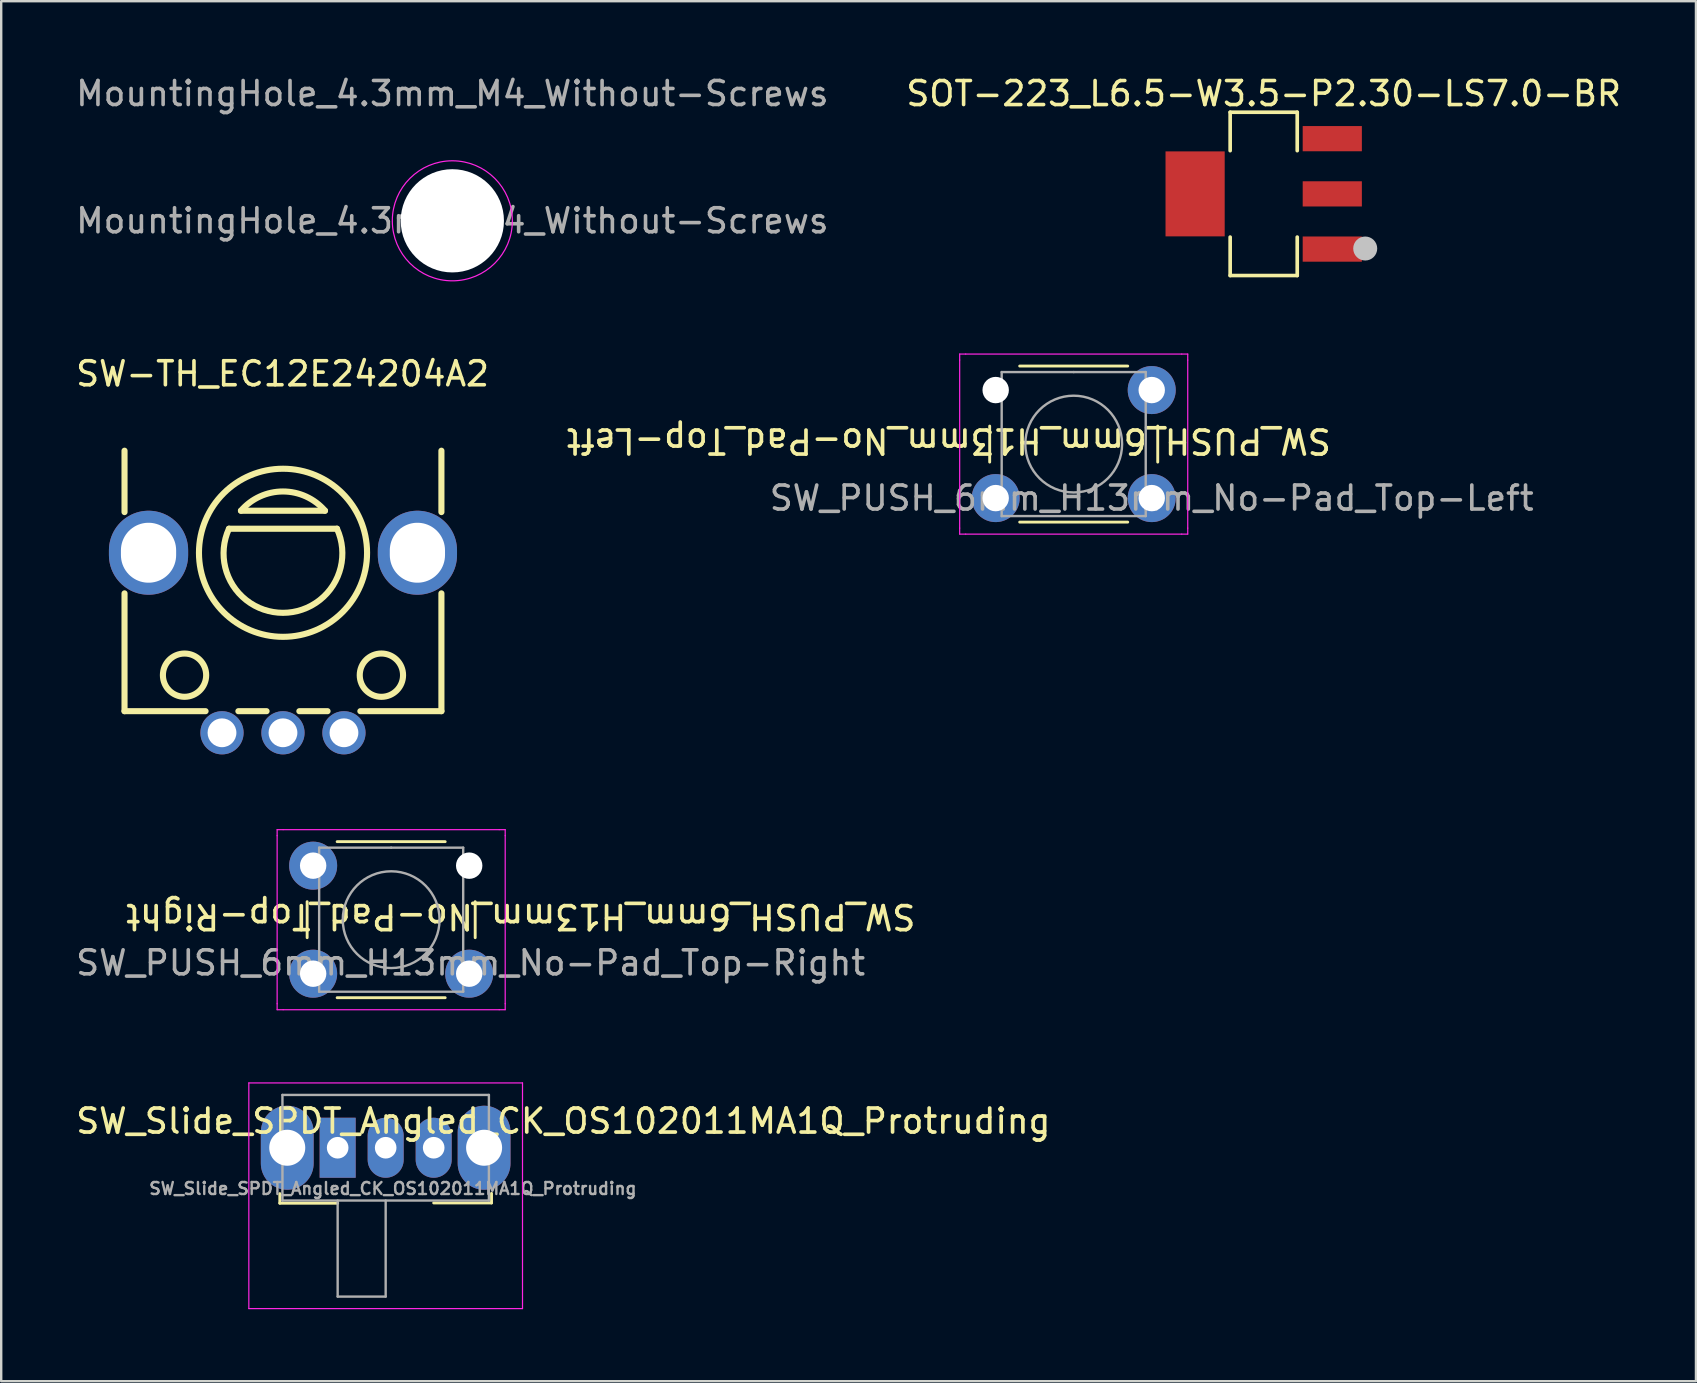
<source format=kicad_pcb>
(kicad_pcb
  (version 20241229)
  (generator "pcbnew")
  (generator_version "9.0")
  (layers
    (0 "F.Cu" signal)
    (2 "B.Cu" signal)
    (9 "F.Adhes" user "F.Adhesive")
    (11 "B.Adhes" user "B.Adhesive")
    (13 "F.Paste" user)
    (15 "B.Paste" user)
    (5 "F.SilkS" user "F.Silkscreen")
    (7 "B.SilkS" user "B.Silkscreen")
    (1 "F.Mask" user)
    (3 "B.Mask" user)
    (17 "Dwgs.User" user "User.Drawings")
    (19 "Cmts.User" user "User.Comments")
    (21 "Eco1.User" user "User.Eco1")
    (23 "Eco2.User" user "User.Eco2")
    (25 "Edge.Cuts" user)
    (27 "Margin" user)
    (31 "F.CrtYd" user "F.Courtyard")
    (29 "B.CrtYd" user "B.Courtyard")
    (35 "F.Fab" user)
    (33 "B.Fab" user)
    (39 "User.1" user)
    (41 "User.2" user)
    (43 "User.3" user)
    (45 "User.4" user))
  (footprint "SOT-223_L6.5-W3.5-P2.30-LS7.0-BR"
    (layer "F.Cu")
    (at 49.589 5.026)
    (property "Reference" "SOT-223_L6.5-W3.5-P2.30-LS7.0-BR" (at 0 -4.177 0) (layer "F.SilkS") (effects (font (size 1 1) (thickness 0.15))))
    (fp_line (start -1.397 -3.401) (end 1.397 -3.401) (stroke (width 0.152) (type default)) (layer "F.SilkS"))
    (fp_line (start -1.397 -1.8) (end -1.397 -3.401) (stroke (width 0.152) (type default)) (layer "F.SilkS"))
    (fp_line (start -1.397 1.8) (end -1.397 3.401) (stroke (width 0.152) (type default)) (layer "F.SilkS"))
    (fp_line (start 1.397 -1.8) (end 1.397 -3.401) (stroke (width 0.152) (type default)) (layer "F.SilkS"))
    (fp_line (start 1.397 1.8) (end 1.397 3.401) (stroke (width 0.152) (type default)) (layer "F.SilkS"))
    (fp_line (start 1.397 3.401) (end -1.397 3.401) (stroke (width 0.152) (type default)) (layer "F.SilkS"))
    (fp_circle (center 4.229 2.276) (end 4.479 2.276) (stroke (width 0.5) (type default)) (fill no) (layer "Dwgs.User"))
    (fp_poly (pts (xy -3.5 1.5) (xy -3.5 -1.5) (xy -2.2 -1.5) (xy -2.2 1.5)) (stroke (width 0.1) (type default)) (fill no) (layer "User.1"))
    (fp_poly (pts (xy -2.21 1.5) (xy -2.21 -1.5) (xy -1.74 -1.5) (xy -1.74 1.5)) (stroke (width 0.1) (type default)) (fill no) (layer "User.1"))
    (fp_poly (pts (xy 1.74 -1.95) (xy 1.74 -2.65) (xy 2.86 -2.65) (xy 2.86 -1.95)) (stroke (width 0.1) (type default)) (fill no) (layer "User.1"))
    (fp_poly (pts (xy 1.74 0.35) (xy 1.74 -0.35) (xy 2.86 -0.35) (xy 2.86 0.35)) (stroke (width 0.1) (type default)) (fill no) (layer "User.1"))
    (fp_poly (pts (xy 1.74 2.65) (xy 1.74 1.95) (xy 2.86 1.95) (xy 2.86 2.65)) (stroke (width 0.1) (type default)) (fill no) (layer "User.1"))
    (fp_poly (pts (xy 2.85 -1.95) (xy 2.85 -2.65) (xy 3.5 -2.65) (xy 3.5 -1.95)) (stroke (width 0.1) (type default)) (fill no) (layer "User.1"))
    (fp_poly (pts (xy 2.85 0.35) (xy 2.85 -0.35) (xy 3.5 -0.35) (xy 3.5 0.35)) (stroke (width 0.1) (type default)) (fill no) (layer "User.1"))
    (fp_poly (pts (xy 2.85 2.65) (xy 2.85 1.95) (xy 3.5 1.95) (xy 3.5 2.65)) (stroke (width 0.1) (type default)) (fill no) (layer "User.1"))
    (fp_line (start -1.75 -3.25) (end 1.75 -3.25) (stroke (width 0.051) (type default)) (layer "User.2"))
    (fp_line (start -1.75 3.25) (end -1.75 -3.25) (stroke (width 0.051) (type default)) (layer "User.2"))
    (fp_line (start 1.75 -3.25) (end 1.75 3.25) (stroke (width 0.051) (type default)) (layer "User.2"))
    (fp_line (start 1.75 3.25) (end -1.75 3.25) (stroke (width 0.051) (type default)) (layer "User.2"))
    (fp_poly (pts (xy 3.56 3.25) (xy 3.542 3.208) (xy 3.5 3.19) (xy 3.458 3.208) (xy 3.44 3.25) (xy 3.458 3.292) (xy 3.5 3.31) (xy 3.542 3.292)) (stroke (width 0.1) (type default)) (fill no) (layer "User.3"))
    (pad "1" smd rect (at 2.857 2.3) (size 2.465 1.05) (layers "F.Cu" "F.Mask" "F.Paste"))
    (pad "2" smd rect (at -2.857 0) (size 2.465 3.54) (layers "F.Cu" "F.Mask" "F.Paste"))
    (pad "2" smd rect (at 2.857 0) (size 2.465 1.05) (layers "F.Cu" "F.Mask" "F.Paste"))
    (pad "3" smd rect (at 2.857 -2.3) (size 2.465 1.05) (layers "F.Cu" "F.Mask" "F.Paste")))
  (footprint "SW_Slide_SPDT_Angled_CK_OS102011MA1Q_Protruding"
    (layer "F.Cu")
    (at 13.015 44.759)
    (property "Reference" "SW_Slide_SPDT_Angled_CK_OS102011MA1Q_Protruding" (at 7.4 -1.11 0) (unlocked yes) (layer "F.SilkS") (effects (font (size 1 1) (thickness 0.153))))
    (attr through_hole exclude_from_bom)
    (fp_line (start -4.41 2.31) (end -4.41 1.91) (stroke (width 0.12) (type solid)) (layer "F.SilkS"))
    (fp_line (start -2 2.31) (end -4.41 2.31) (stroke (width 0.12) (type solid)) (layer "F.SilkS"))
    (fp_line (start 2 2.3) (end 4.41 2.3) (stroke (width 0.12) (type solid)) (layer "F.SilkS"))
    (fp_line (start 4.41 2.3) (end 4.41 1.9) (stroke (width 0.12) (type solid)) (layer "F.SilkS"))
    (fp_line (start -5.7 6.7) (end -5.7 -2.7) (stroke (width 0.05) (type solid)) (layer "F.CrtYd"))
    (fp_line (start -5.7 -2.7) (end 5.7 -2.7) (stroke (width 0.05) (type solid)) (layer "F.CrtYd"))
    (fp_line (start 5.7 -2.7) (end 5.7 6.7) (stroke (width 0.05) (type solid)) (layer "F.CrtYd"))
    (fp_line (start 5.7 6.7) (end -5.7 6.7) (stroke (width 0.05) (type solid)) (layer "F.CrtYd"))
    (fp_line (start -4.3 -2.2) (end -4.3 2.2) (stroke (width 0.1) (type solid)) (layer "F.Fab"))
    (fp_line (start -4.3 -2.2) (end 4.3 -2.2) (stroke (width 0.1) (type solid)) (layer "F.Fab"))
    (fp_line (start -4.3 2.2) (end 4.3 2.2) (stroke (width 0.1) (type solid)) (layer "F.Fab"))
    (fp_line (start -2 6.2) (end -2 2.2) (stroke (width 0.1) (type solid)) (layer "F.Fab"))
    (fp_line (start 0 6.2) (end -2 6.2) (stroke (width 0.1) (type solid)) (layer "F.Fab"))
    (fp_line (start 0.000001 2.2) (end 0 6.2) (stroke (width 0.1) (type solid)) (layer "F.Fab"))
    (fp_line (start 4.3 2.2) (end 4.3 -2.2) (stroke (width 0.1) (type solid)) (layer "F.Fab"))
    (fp_text user "${REFERENCE}" (at 0.3 1.7 180) (layer "F.Fab") (effects (font (size 0.5 0.5) (thickness 0.1))))
    (pad "" thru_hole oval (at -4.1 -0.000001) (size 2.2 3.5) (drill 1.5) (layers "*.Cu" "*.Mask"))
    (pad "" thru_hole oval (at 4.1 0.000001) (size 2.2 3.5) (drill 1.5) (layers "*.Cu" "*.Mask"))
    (pad "1" thru_hole rect (at -2 0) (size 1.5 2.5) (drill 0.9) (layers "*.Cu" "*.Mask"))
    (pad "2" thru_hole oval (at 0 0) (size 1.5 2.5) (drill 0.9) (layers "*.Cu" "*.Mask"))
    (pad "3" thru_hole oval (at 2 0) (size 1.5 2.5) (drill 0.9) (layers "*.Cu" "*.Mask")))
  (footprint "MountingHole_4.3mm_M4_Without-Screws"
    (layer "F.Cu")
    (at 15.792 6.148)
    (property "Reference" "MountingHole_4.3mm_M4_Without-Screws" (at 0 -5.3 0) (layer "F.Fab") (effects (font (size 1 1) (thickness 0.15))))
    (attr exclude_from_pos_files exclude_from_bom)
    (fp_circle (center 0 0) (end 2.5 0) (stroke (width 0.05) (type solid)) (fill no) (layer "F.CrtYd"))
    (fp_text user "${REFERENCE}" (at 0 0 0) (layer "F.Fab") (effects (font (size 1 1) (thickness 0.15))))
    (pad "" np_thru_hole circle (at 0 0) (size 4.3 4.3) (drill 4.3) (layers "*.Cu" "*.Mask")))
  (footprint "SW_PUSH_6mm_H13mm_No-Pad_Top-Left"
    (layer "F.Cu")
    (at 41.675 15.448)
    (property "Reference" "SW_PUSH_6mm_H13mm_No-Pad_Top-Left" (at -5.2 -0.13 180) (unlocked yes) (layer "F.SilkS") (effects (font (size 1 1) (thickness 0.153))))
    (attr through_hole exclude_from_bom)
    (fp_line (start -3.5 -0.75) (end -3.5 0.75) (stroke (width 0.12) (type solid)) (layer "F.SilkS"))
    (fp_line (start -2.25 3.25) (end 2.25 3.25) (stroke (width 0.12) (type solid)) (layer "F.SilkS"))
    (fp_line (start 2.25 -3.25) (end -2.25 -3.25) (stroke (width 0.12) (type solid)) (layer "F.SilkS"))
    (fp_line (start 3.5 0.75) (end 3.5 -0.75) (stroke (width 0.12) (type solid)) (layer "F.SilkS"))
    (fp_line (start -4.75 -3.75) (end -4.5 -3.75) (stroke (width 0.05) (type solid)) (layer "F.CrtYd"))
    (fp_line (start -4.75 -3.5) (end -4.75 -3.75) (stroke (width 0.05) (type solid)) (layer "F.CrtYd"))
    (fp_line (start -4.75 3.5) (end -4.75 -3.5) (stroke (width 0.05) (type solid)) (layer "F.CrtYd"))
    (fp_line (start -4.75 3.5) (end -4.75 3.75) (stroke (width 0.05) (type solid)) (layer "F.CrtYd"))
    (fp_line (start -4.75 3.75) (end -4.5 3.75) (stroke (width 0.05) (type solid)) (layer "F.CrtYd"))
    (fp_line (start -4.5 -3.75) (end 4.5 -3.75) (stroke (width 0.05) (type solid)) (layer "F.CrtYd"))
    (fp_line (start 4.5 -3.75) (end 4.75 -3.75) (stroke (width 0.05) (type solid)) (layer "F.CrtYd"))
    (fp_line (start 4.5 3.75) (end -4.5 3.75) (stroke (width 0.05) (type solid)) (layer "F.CrtYd"))
    (fp_line (start 4.5 3.75) (end 4.75 3.75) (stroke (width 0.05) (type solid)) (layer "F.CrtYd"))
    (fp_line (start 4.75 -3.75) (end 4.75 -3.5) (stroke (width 0.05) (type solid)) (layer "F.CrtYd"))
    (fp_line (start 4.75 -3.5) (end 4.75 3.5) (stroke (width 0.05) (type solid)) (layer "F.CrtYd"))
    (fp_line (start 4.75 3.75) (end 4.75 3.5) (stroke (width 0.05) (type solid)) (layer "F.CrtYd"))
    (fp_line (start -3 -3) (end 0 -3) (stroke (width 0.1) (type solid)) (layer "F.Fab"))
    (fp_line (start -3 3) (end -3 -3) (stroke (width 0.1) (type solid)) (layer "F.Fab"))
    (fp_line (start 0 -3) (end 3 -3) (stroke (width 0.1) (type solid)) (layer "F.Fab"))
    (fp_line (start 3 -3) (end 3 3) (stroke (width 0.1) (type solid)) (layer "F.Fab"))
    (fp_line (start 3 3) (end -3 3) (stroke (width 0.1) (type solid)) (layer "F.Fab"))
    (fp_circle (center 0 0) (end -2 0.25) (stroke (width 0.1) (type solid)) (fill no) (layer "F.Fab"))
    (fp_text user "${REFERENCE}" (at 3.25 2.25 180) (layer "F.Fab") (effects (font (size 1 1) (thickness 0.15))))
    (pad "" np_thru_hole circle (at -3.25 -2.25 90) (size 1.1 1.1) (drill 1.1) (layers "*.Cu" "*.Mask"))
    (pad "1" thru_hole circle (at 3.25 -2.25 90) (size 2 2) (drill 1.1) (layers "*.Cu" "*.Mask"))
    (pad "2" thru_hole circle (at -3.25 2.25 90) (size 2 2) (drill 1.1) (layers "*.Cu" "*.Mask"))
    (pad "2" thru_hole circle (at 3.25 2.25 90) (size 2 2) (drill 1.1) (layers "*.Cu" "*.Mask")))
  (footprint "SW_PUSH_6mm_H13mm_No-Pad_Top-Right"
    (layer "F.Cu")
    (at 13.244 35.259)
    (property "Reference" "SW_PUSH_6mm_H13mm_No-Pad_Top-Right" (at 5.4 -0.13 180) (unlocked yes) (layer "F.SilkS") (effects (font (size 1 1) (thickness 0.153))))
    (attr through_hole exclude_from_bom)
    (fp_line (start -3.5 -0.75) (end -3.5 0.75) (stroke (width 0.12) (type solid)) (layer "F.SilkS"))
    (fp_line (start -2.25 3.25) (end 2.25 3.25) (stroke (width 0.12) (type solid)) (layer "F.SilkS"))
    (fp_line (start 2.25 -3.25) (end -2.25 -3.25) (stroke (width 0.12) (type solid)) (layer "F.SilkS"))
    (fp_line (start 3.5 0.75) (end 3.5 -0.75) (stroke (width 0.12) (type solid)) (layer "F.SilkS"))
    (fp_line (start -4.75 -3.75) (end -4.5 -3.75) (stroke (width 0.05) (type solid)) (layer "F.CrtYd"))
    (fp_line (start -4.75 -3.5) (end -4.75 -3.75) (stroke (width 0.05) (type solid)) (layer "F.CrtYd"))
    (fp_line (start -4.75 3.5) (end -4.75 -3.5) (stroke (width 0.05) (type solid)) (layer "F.CrtYd"))
    (fp_line (start -4.75 3.5) (end -4.75 3.75) (stroke (width 0.05) (type solid)) (layer "F.CrtYd"))
    (fp_line (start -4.75 3.75) (end -4.5 3.75) (stroke (width 0.05) (type solid)) (layer "F.CrtYd"))
    (fp_line (start -4.5 -3.75) (end 4.5 -3.75) (stroke (width 0.05) (type solid)) (layer "F.CrtYd"))
    (fp_line (start 4.5 -3.75) (end 4.75 -3.75) (stroke (width 0.05) (type solid)) (layer "F.CrtYd"))
    (fp_line (start 4.5 3.75) (end -4.5 3.75) (stroke (width 0.05) (type solid)) (layer "F.CrtYd"))
    (fp_line (start 4.5 3.75) (end 4.75 3.75) (stroke (width 0.05) (type solid)) (layer "F.CrtYd"))
    (fp_line (start 4.75 -3.75) (end 4.75 -3.5) (stroke (width 0.05) (type solid)) (layer "F.CrtYd"))
    (fp_line (start 4.75 -3.5) (end 4.75 3.5) (stroke (width 0.05) (type solid)) (layer "F.CrtYd"))
    (fp_line (start 4.75 3.75) (end 4.75 3.5) (stroke (width 0.05) (type solid)) (layer "F.CrtYd"))
    (fp_line (start -3 -3) (end 0 -3) (stroke (width 0.1) (type solid)) (layer "F.Fab"))
    (fp_line (start -3 3) (end -3 -3) (stroke (width 0.1) (type solid)) (layer "F.Fab"))
    (fp_line (start 0 -3) (end 3 -3) (stroke (width 0.1) (type solid)) (layer "F.Fab"))
    (fp_line (start 3 -3) (end 3 3) (stroke (width 0.1) (type solid)) (layer "F.Fab"))
    (fp_line (start 3 3) (end -3 3) (stroke (width 0.1) (type solid)) (layer "F.Fab"))
    (fp_circle (center 0 0) (end -2 0.25) (stroke (width 0.1) (type solid)) (fill no) (layer "F.Fab"))
    (fp_text user "${REFERENCE}" (at 3.31 1.8 180) (layer "F.Fab") (effects (font (size 1 1) (thickness 0.15))))
    (pad "" np_thru_hole circle (at 3.25 -2.25 90) (size 1.1 1.1) (drill 1.1) (layers "*.Cu" "*.Mask"))
    (pad "1" thru_hole circle (at -3.25 -2.25 90) (size 2 2) (drill 1.1) (layers "*.Cu" "*.Mask"))
    (pad "2" thru_hole circle (at -3.25 2.25 90) (size 2 2) (drill 1.1) (layers "*.Cu" "*.Mask"))
    (pad "2" thru_hole circle (at 3.25 2.25 90) (size 2 2) (drill 1.1) (layers "*.Cu" "*.Mask")))
  (footprint "SW-TH_EC12E24204A2"
    (layer "F.Cu")
    (at 8.737 23.724)
    (property "Reference" "SW-TH_EC12E24204A2" (at -0.017 -11.203 0) (layer "F.SilkS") (effects (font (size 1 1) (thickness 0.15))))
    (fp_line (start -6.6 -5.443) (end -6.6 -8) (stroke (width 0.254) (type default)) (layer "F.SilkS"))
    (fp_line (start -6.6 2.85) (end -6.6 -2.057) (stroke (width 0.254) (type default)) (layer "F.SilkS"))
    (fp_line (start -3.224 2.85) (end -6.6 2.85) (stroke (width 0.254) (type default)) (layer "F.SilkS"))
    (fp_line (start -2.25 -4.75) (end 2.25 -4.75) (stroke (width 0.254) (type default)) (layer "F.SilkS"))
    (fp_line (start -1.75 -5.5) (end 1.75 -5.5) (stroke (width 0.254) (type default)) (layer "F.SilkS"))
    (fp_line (start -0.683 2.85) (end -1.857 2.85) (stroke (width 0.254) (type default)) (layer "F.SilkS"))
    (fp_line (start 1.857 2.85) (end 0.683 2.85) (stroke (width 0.254) (type default)) (layer "F.SilkS"))
    (fp_line (start 6.6 -8) (end 6.6 -5.443) (stroke (width 0.254) (type default)) (layer "F.SilkS"))
    (fp_line (start 6.6 -2.057) (end 6.6 2.85) (stroke (width 0.254) (type default)) (layer "F.SilkS"))
    (fp_line (start 6.6 2.85) (end 3.224 2.85) (stroke (width 0.254) (type default)) (layer "F.SilkS"))
    (fp_arc (start -1.75 -5.5) (mid 0 -6.301753) (end 1.75 -5.5) (stroke (width 0.254) (type default)) (layer "F.SilkS"))
    (fp_arc (start 2.25 -4.75) (mid 0 -1.246866) (end -2.25 -4.75) (stroke (width 0.254) (type default)) (layer "F.SilkS"))
    (fp_circle (center -4.1 1.35) (end -3.199 1.35) (stroke (width 0.254) (type default)) (fill no) (layer "F.SilkS"))
    (fp_circle (center 0.002 -3.748) (end 3.503 -3.748) (stroke (width 0.254) (type default)) (fill no) (layer "F.SilkS"))
    (fp_circle (center 4.1 1.35) (end 5.002 1.35) (stroke (width 0.254) (type default)) (fill no) (layer "F.SilkS"))
    (fp_poly (pts (xy -6.52 -3.651) (xy -6.52 -3.849) (xy -4.68 -3.849) (xy -4.68 -3.651)) (stroke (width 0.1) (type default)) (fill no) (layer "User.1"))
    (fp_poly (pts (xy 4.68 -3.651) (xy 4.68 -3.849) (xy 6.52 -3.849) (xy 6.52 -3.651)) (stroke (width 0.1) (type default)) (fill no) (layer "User.1"))
    (fp_poly (pts (xy -2.04 3.75) (xy -2.06 3.609) (xy -2.119 3.48) (xy -2.213 3.372) (xy -2.332 3.295) (xy -2.469 3.255) (xy -2.611 3.255) (xy -2.748 3.295) (xy -2.867 3.372) (xy -2.961 3.48) (xy -3.02 3.609) (xy -3.04 3.75) (xy -3.02 3.891) (xy -2.961 4.02) (xy -2.867 4.128) (xy -2.748 4.205) (xy -2.611 4.245) (xy -2.469 4.245) (xy -2.332 4.205) (xy -2.213 4.128) (xy -2.119 4.02) (xy -2.06 3.891)) (stroke (width 0.1) (type default)) (fill no) (layer "User.1"))
    (fp_poly (pts (xy 0.5 3.75) (xy 0.48 3.609) (xy 0.421 3.48) (xy 0.327 3.372) (xy 0.208 3.295) (xy 0.071 3.255) (xy -0.071 3.255) (xy -0.208 3.295) (xy -0.327 3.372) (xy -0.421 3.48) (xy -0.48 3.609) (xy -0.5 3.75) (xy -0.48 3.891) (xy -0.421 4.02) (xy -0.327 4.128) (xy -0.208 4.205) (xy -0.071 4.245) (xy 0.071 4.245) (xy 0.208 4.205) (xy 0.327 4.128) (xy 0.421 4.02) (xy 0.48 3.891)) (stroke (width 0.1) (type default)) (fill no) (layer "User.1"))
    (fp_poly (pts (xy 3.04 3.75) (xy 3.02 3.609) (xy 2.961 3.48) (xy 2.867 3.372) (xy 2.748 3.295) (xy 2.611 3.255) (xy 2.469 3.255) (xy 2.332 3.295) (xy 2.213 3.372) (xy 2.119 3.48) (xy 2.06 3.609) (xy 2.04 3.75) (xy 2.06 3.891) (xy 2.119 4.02) (xy 2.213 4.128) (xy 2.332 4.205) (xy 2.469 4.245) (xy 2.611 4.245) (xy 2.748 4.205) (xy 2.867 4.128) (xy 2.961 4.02) (xy 3.02 3.891)) (stroke (width 0.1) (type default)) (fill no) (layer "User.1"))
    (fp_line (start -7.25 -10.477) (end 7.25 -10.477) (stroke (width 0.051) (type default)) (layer "User.2"))
    (fp_line (start -7.25 4.65) (end -7.25 -10.477) (stroke (width 0.051) (type default)) (layer "User.2"))
    (fp_line (start 7.25 -10.477) (end 7.25 4.65) (stroke (width 0.051) (type default)) (layer "User.2"))
    (fp_line (start 7.25 4.65) (end -7.25 4.65) (stroke (width 0.051) (type default)) (layer "User.2"))
    (fp_poly (pts (xy -7.19 4.65) (xy -7.208 4.608) (xy -7.25 4.59) (xy -7.292 4.608) (xy -7.31 4.65) (xy -7.292 4.692) (xy -7.25 4.71) (xy -7.208 4.692)) (stroke (width 0.1) (type default)) (fill no) (layer "User.3"))
    (pad "A" thru_hole circle (at -2.54 3.75) (size 1.8 1.8) (drill 1.2) (layers "*.Cu" "*.Mask"))
    (pad "B" thru_hole circle (at 2.54 3.75) (size 1.8 1.8) (drill 1.2) (layers "*.Cu" "*.Mask"))
    (pad "C" thru_hole oval (at -5.6 -3.75 90) (size 3.5 3.3) (drill oval 2.498 2.3) (layers "*.Cu" "*.Mask"))
    (pad "C" thru_hole circle (at 0 3.75) (size 1.8 1.8) (drill 1.2) (layers "*.Cu" "*.Mask"))
    (pad "C" thru_hole oval (at 5.6 -3.75 90) (size 3.5 3.3) (drill oval 2.498 2.3) (layers "*.Cu" "*.Mask")))
  (gr_rect
    (start -3 -3)
    (end 67.595 54.484)
    (stroke (width 0.1) (type default))
    (fill no)
    (layer "Edge.Cuts")))
</source>
